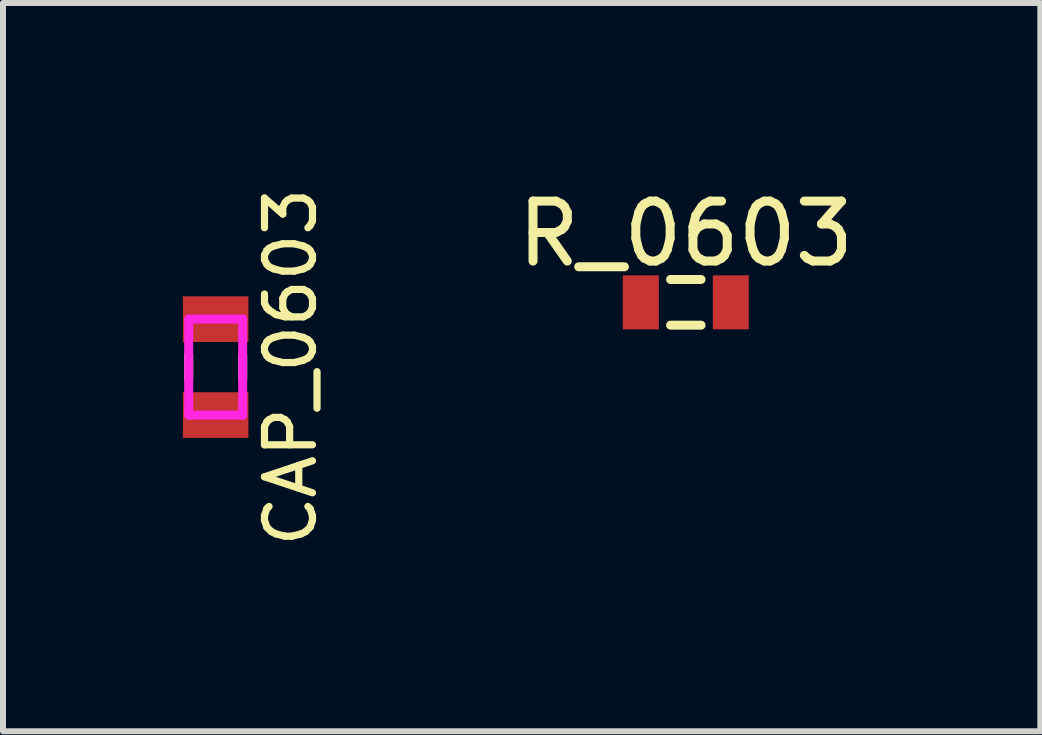
<source format=kicad_pcb>
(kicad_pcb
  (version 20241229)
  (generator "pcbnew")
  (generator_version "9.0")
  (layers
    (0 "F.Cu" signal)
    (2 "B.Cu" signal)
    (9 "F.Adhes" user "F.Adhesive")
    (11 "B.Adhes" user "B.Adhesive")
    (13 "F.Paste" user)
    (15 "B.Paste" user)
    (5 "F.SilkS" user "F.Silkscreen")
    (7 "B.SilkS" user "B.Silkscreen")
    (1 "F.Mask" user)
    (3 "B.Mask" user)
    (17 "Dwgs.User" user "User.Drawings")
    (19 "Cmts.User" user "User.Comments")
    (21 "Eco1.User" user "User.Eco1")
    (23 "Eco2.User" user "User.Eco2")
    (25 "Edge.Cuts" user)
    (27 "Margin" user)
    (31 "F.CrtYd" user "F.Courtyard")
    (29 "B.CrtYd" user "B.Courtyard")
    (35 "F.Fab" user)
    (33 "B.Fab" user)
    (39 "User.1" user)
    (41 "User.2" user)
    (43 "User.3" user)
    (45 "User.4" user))
  (footprint "CAP_0603"
    (layer "F.Cu")
    (at 0.546 3.071)
    (property "Reference" "CAP_0603" (at 1.25 0 90) (layer "F.SilkS") (effects (font (size 0.8 0.8) (thickness 0.12))))
    (attr smd)
    (fp_line (start -0.45 0.2) (end -0.45 -0.2) (stroke (width 0.15) (type solid)) (layer "F.SilkS"))
    (fp_line (start 0.45 0.2) (end 0.45 -0.2) (stroke (width 0.15) (type solid)) (layer "F.SilkS"))
    (fp_line (start -0.45 -0.8) (end -0.45 0.8) (stroke (width 0.15) (type solid)) (layer "F.CrtYd"))
    (fp_line (start -0.45 0.8) (end 0.45 0.8) (stroke (width 0.15) (type solid)) (layer "F.CrtYd"))
    (fp_line (start 0.45 -0.8) (end -0.45 -0.8) (stroke (width 0.15) (type solid)) (layer "F.CrtYd"))
    (fp_line (start 0.45 0.8) (end 0.45 -0.8) (stroke (width 0.15) (type solid)) (layer "F.CrtYd"))
    (pad "1" smd rect (at 0 -0.8 270) (size 0.762 1.092) (layers "F.Cu" "F.Mask" "F.Paste"))
    (pad "2" smd rect (at 0 0.8 270) (size 0.762 1.092) (layers "F.Cu" "F.Mask" "F.Paste")))
  (footprint "R_0603"
    (layer "F.Cu")
    (at 8.385 1.991)
    (property "Reference" "R_0603" (at 0 -1.143 0) (layer "F.SilkS") (effects (font (size 1 1) (thickness 0.15))))
    (attr smd)
    (fp_line (start -0.254 -0.381) (end 0.254 -0.381) (stroke (width 0.15) (type solid)) (layer "F.SilkS"))
    (fp_line (start -0.254 0.381) (end 0.254 0.381) (stroke (width 0.15) (type solid)) (layer "F.SilkS"))
    (pad "1" smd rect (at -0.75 0) (size 0.6 0.9) (layers "F.Cu" "F.Mask" "F.Paste"))
    (pad "2" smd rect (at 0.75 0) (size 0.6 0.9) (layers "F.Cu" "F.Mask" "F.Paste")))
  (gr_rect
    (start -3 -3)
    (end 14.296 9.143)
    (stroke (width 0.1) (type default))
    (fill no)
    (layer "Edge.Cuts")))
</source>
